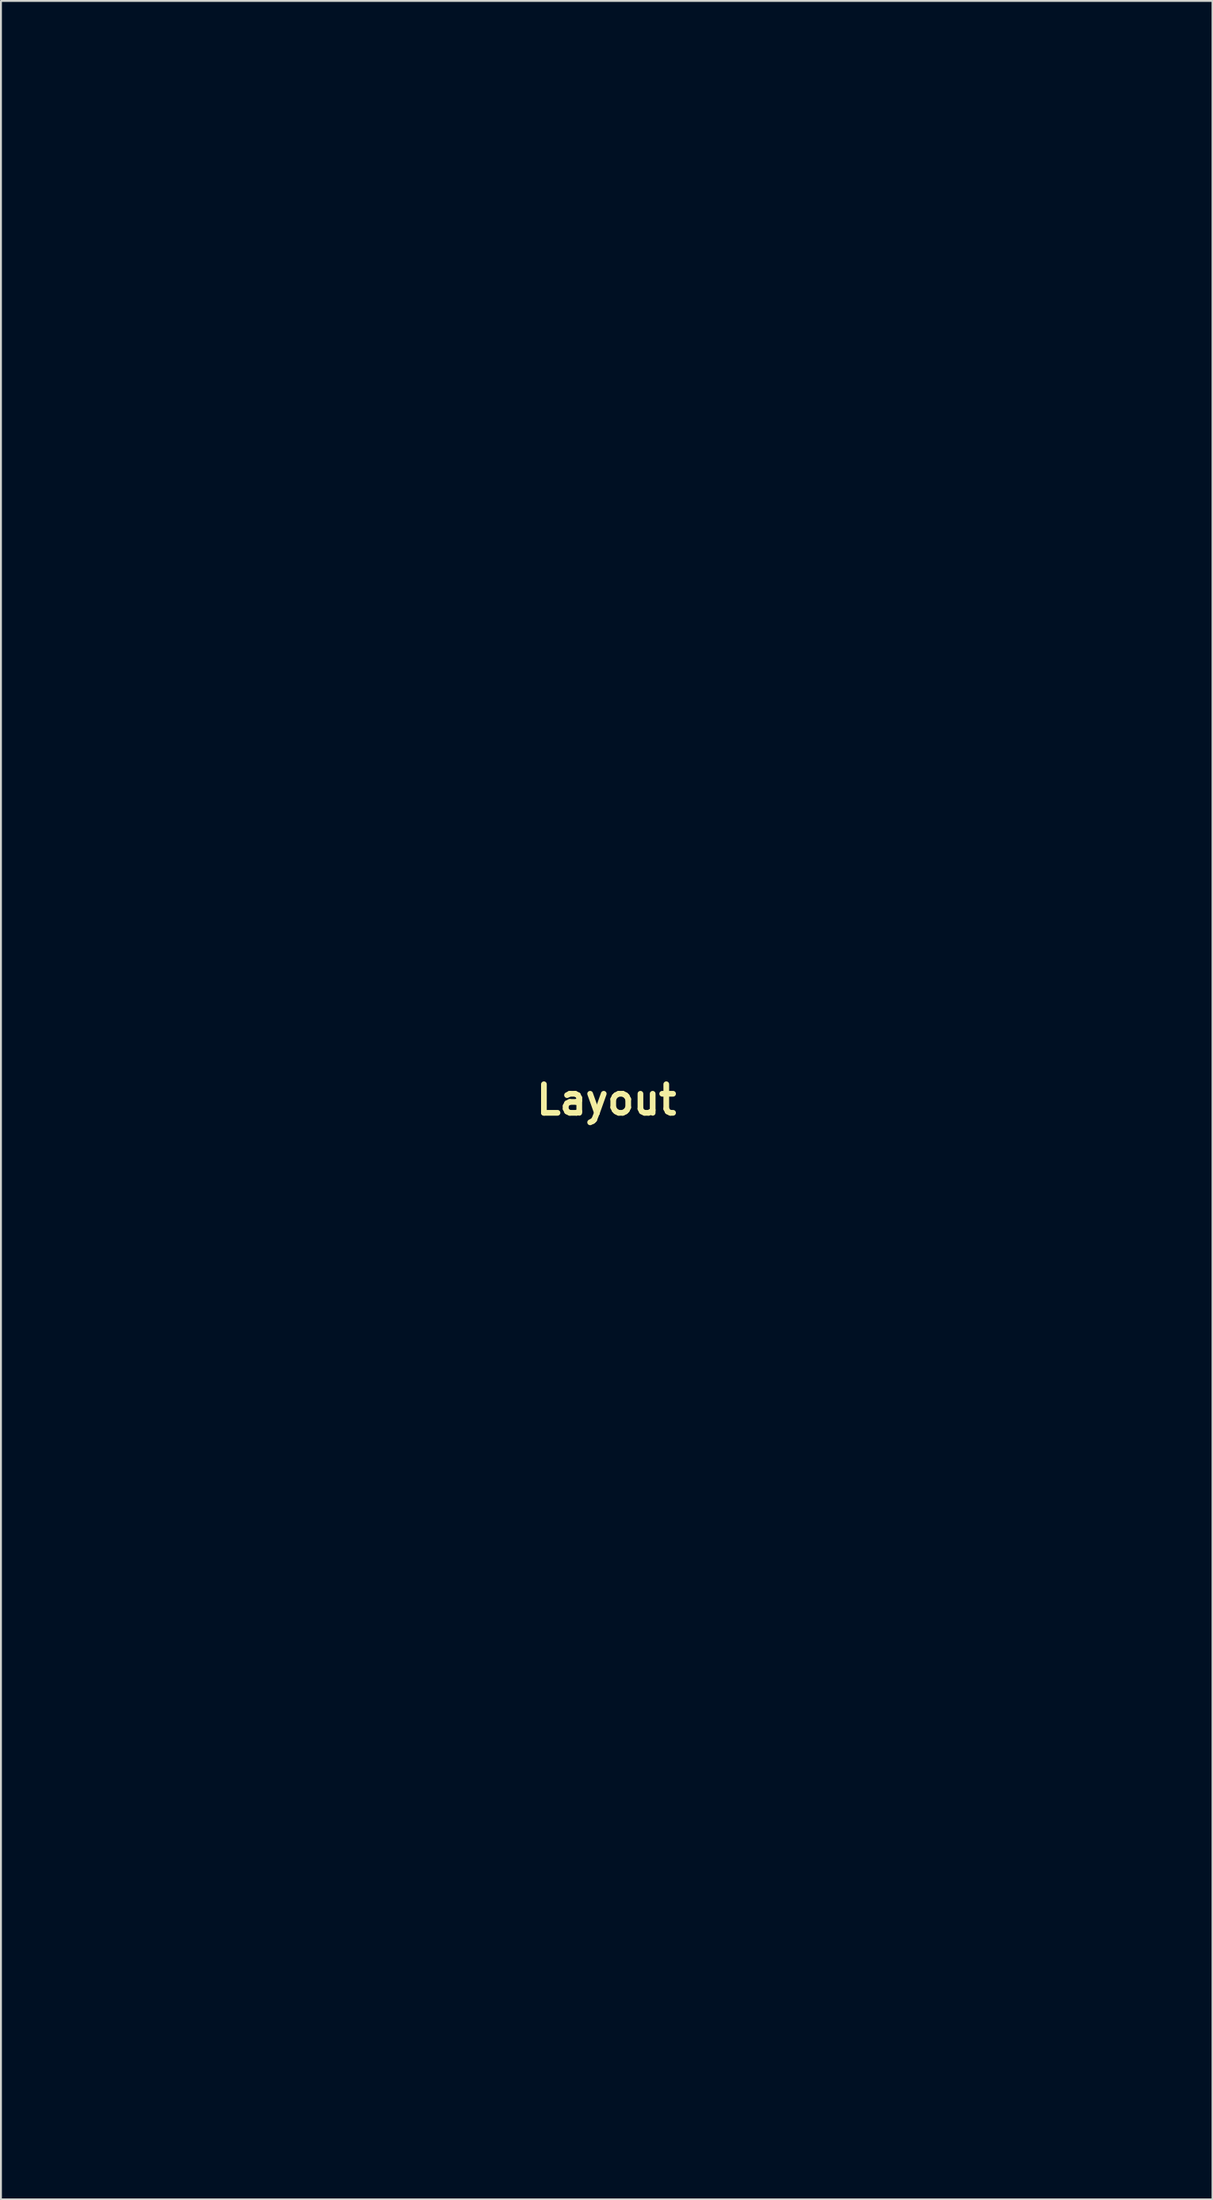
<source format=kicad_pcb>
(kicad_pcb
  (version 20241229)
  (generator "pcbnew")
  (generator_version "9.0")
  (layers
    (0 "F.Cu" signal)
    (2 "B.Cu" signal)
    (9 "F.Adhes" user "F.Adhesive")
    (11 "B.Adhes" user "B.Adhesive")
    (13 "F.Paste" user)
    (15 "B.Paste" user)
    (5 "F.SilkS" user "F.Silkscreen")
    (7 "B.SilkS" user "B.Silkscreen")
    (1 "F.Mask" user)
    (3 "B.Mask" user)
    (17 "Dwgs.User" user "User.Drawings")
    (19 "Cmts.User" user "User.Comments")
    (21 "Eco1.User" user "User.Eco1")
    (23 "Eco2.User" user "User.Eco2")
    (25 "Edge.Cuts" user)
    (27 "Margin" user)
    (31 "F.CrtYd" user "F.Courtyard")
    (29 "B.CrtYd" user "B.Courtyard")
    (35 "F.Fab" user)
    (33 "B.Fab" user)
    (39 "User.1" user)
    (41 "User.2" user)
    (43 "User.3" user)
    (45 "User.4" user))
  (footprint "Layout"
    (layer "F.Cu")
    (at 28.812 54.692)
    (property "Reference" "Layout" (at 0 0 0) (layer "F.SilkS") (effects (font (size 1.5 1.5) (thickness 0.3))))
    (attr board_only exclude_from_pos_files exclude_from_bom)
    (fp_poly (pts (xy -28.709 52.53) (xy -28.7 52.552) (xy -28.692 52.594) (xy -28.686 52.663) (xy -28.682 52.764) (xy -28.678 52.9) (xy -28.675 53.078) (xy -28.673 53.303) (xy -28.671 53.548) (xy -28.663 54.572) (xy -27.653 54.579) (xy -27.384 54.582) (xy -27.167 54.584) (xy -26.995 54.587) (xy -26.864 54.591) (xy -26.77 54.596) (xy -26.705 54.602) (xy -26.666 54.61) (xy -26.647 54.619) (xy -26.643 54.629) (xy -26.649 54.64) (xy -26.67 54.649) (xy -26.712 54.656) (xy -26.779 54.661) (xy -26.877 54.665) (xy -27.01 54.668) (xy -27.184 54.67) (xy -27.404 54.67) (xy -27.675 54.671) (xy -27.703 54.671) (xy -28.762 54.671) (xy -28.762 53.597) (xy -28.762 53.319) (xy -28.761 53.093) (xy -28.759 52.913) (xy -28.757 52.774) (xy -28.753 52.672) (xy -28.748 52.601) (xy -28.741 52.556) (xy -28.733 52.532) (xy -28.722 52.524) (xy -28.72 52.523)) (stroke (width 0.1) (type solid)) (fill no) (layer "Eco1.User"))
    (fp_poly (pts (xy -27.411 -54.642) (xy -27.184 -54.641) (xy -27.004 -54.64) (xy -26.866 -54.637) (xy -26.763 -54.633) (xy -26.692 -54.628) (xy -26.647 -54.621) (xy -26.623 -54.613) (xy -26.615 -54.602) (xy -26.615 -54.6) (xy -26.621 -54.589) (xy -26.643 -54.58) (xy -26.686 -54.573) (xy -26.755 -54.567) (xy -26.855 -54.562) (xy -26.992 -54.558) (xy -27.17 -54.555) (xy -27.395 -54.553) (xy -27.639 -54.551) (xy -28.663 -54.544) (xy -28.671 -53.534) (xy -28.673 -53.265) (xy -28.675 -53.047) (xy -28.679 -52.875) (xy -28.682 -52.745) (xy -28.687 -52.65) (xy -28.693 -52.586) (xy -28.701 -52.546) (xy -28.711 -52.528) (xy -28.72 -52.523) (xy -28.731 -52.529) (xy -28.74 -52.551) (xy -28.747 -52.592) (xy -28.752 -52.659) (xy -28.756 -52.757) (xy -28.759 -52.89) (xy -28.761 -53.065) (xy -28.762 -53.285) (xy -28.762 -53.556) (xy -28.762 -53.583) (xy -28.762 -54.642) (xy -27.689 -54.642)) (stroke (width 0.1) (type solid)) (fill no) (layer "Eco1.User"))
    (fp_poly (pts (xy 28.759 52.558) (xy 28.768 52.579) (xy 28.775 52.621) (xy 28.781 52.688) (xy 28.785 52.785) (xy 28.788 52.919) (xy 28.789 53.093) (xy 28.79 53.313) (xy 28.79 53.584) (xy 28.79 53.611) (xy 28.79 54.671) (xy 27.717 54.671) (xy 27.439 54.671) (xy 27.213 54.67) (xy 27.033 54.668) (xy 26.894 54.665) (xy 26.792 54.662) (xy 26.72 54.656) (xy 26.675 54.65) (xy 26.651 54.641) (xy 26.643 54.631) (xy 26.643 54.629) (xy 26.649 54.618) (xy 26.671 54.608) (xy 26.714 54.601) (xy 26.783 54.595) (xy 26.883 54.59) (xy 27.02 54.587) (xy 27.198 54.584) (xy 27.423 54.581) (xy 27.667 54.579) (xy 28.692 54.572) (xy 28.699 53.562) (xy 28.701 53.293) (xy 28.704 53.075) (xy 28.707 52.904) (xy 28.711 52.773) (xy 28.715 52.678) (xy 28.722 52.614) (xy 28.729 52.575) (xy 28.739 52.556) (xy 28.748 52.552)) (stroke (width 0.1) (type solid)) (fill no) (layer "Eco1.User"))
    (fp_poly (pts (xy 28.79 -53.569) (xy 28.79 -53.291) (xy 28.789 -53.065) (xy 28.788 -52.885) (xy 28.785 -52.746) (xy 28.781 -52.644) (xy 28.776 -52.572) (xy 28.769 -52.527) (xy 28.761 -52.503) (xy 28.75 -52.495) (xy 28.748 -52.495) (xy 28.737 -52.501) (xy 28.728 -52.523) (xy 28.721 -52.566) (xy 28.715 -52.635) (xy 28.71 -52.735) (xy 28.706 -52.872) (xy 28.703 -53.05) (xy 28.701 -53.275) (xy 28.699 -53.519) (xy 28.692 -54.544) (xy 27.681 -54.551) (xy 27.413 -54.553) (xy 27.195 -54.556) (xy 27.023 -54.559) (xy 26.893 -54.563) (xy 26.798 -54.568) (xy 26.733 -54.574) (xy 26.694 -54.581) (xy 26.676 -54.591) (xy 26.671 -54.6) (xy 26.677 -54.611) (xy 26.699 -54.62) (xy 26.74 -54.627) (xy 26.807 -54.633) (xy 26.905 -54.637) (xy 27.038 -54.64) (xy 27.213 -54.641) (xy 27.433 -54.642) (xy 27.703 -54.642) (xy 27.731 -54.642) (xy 28.79 -54.642)) (stroke (width 0.1) (type solid)) (fill no) (layer "Eco1.User"))
    (fp_poly (pts (xy -5.056 -48.757) (xy -5.045 -48.727) (xy -5.036 -48.668) (xy -5.03 -48.574) (xy -5.026 -48.437) (xy -5.023 -48.264) (xy -5.015 -47.763) (xy -4.514 -47.755) (xy -4.33 -47.752) (xy -4.197 -47.747) (xy -4.105 -47.741) (xy -4.049 -47.732) (xy -4.02 -47.721) (xy -4.012 -47.706) (xy -4.02 -47.69) (xy -4.047 -47.679) (xy -4.101 -47.672) (xy -4.19 -47.667) (xy -4.32 -47.665) (xy -4.499 -47.664) (xy -4.521 -47.664) (xy -5.029 -47.664) (xy -5.029 -47.155) (xy -5.03 -46.972) (xy -5.032 -46.837) (xy -5.036 -46.745) (xy -5.044 -46.687) (xy -5.054 -46.657) (xy -5.069 -46.647) (xy -5.072 -46.647) (xy -5.087 -46.654) (xy -5.098 -46.68) (xy -5.106 -46.733) (xy -5.111 -46.819) (xy -5.113 -46.946) (xy -5.114 -47.121) (xy -5.114 -47.155) (xy -5.114 -47.664) (xy -5.622 -47.664) (xy -5.807 -47.664) (xy -5.941 -47.667) (xy -6.034 -47.671) (xy -6.092 -47.678) (xy -6.122 -47.689) (xy -6.131 -47.704) (xy -6.131 -47.706) (xy -6.123 -47.721) (xy -6.094 -47.733) (xy -6.038 -47.741) (xy -5.946 -47.747) (xy -5.812 -47.752) (xy -5.63 -47.755) (xy -5.128 -47.763) (xy -5.12 -48.264) (xy -5.117 -48.448) (xy -5.112 -48.582) (xy -5.106 -48.674) (xy -5.097 -48.73) (xy -5.086 -48.759) (xy -5.072 -48.766)) (stroke (width 0.1) (type solid)) (fill no) (layer "Eco1.User"))
    (fp_poly (pts (xy -25.285 -48.758) (xy -25.274 -48.731) (xy -25.267 -48.676) (xy -25.262 -48.588) (xy -25.259 -48.457) (xy -25.259 -48.279) (xy -25.259 -48.257) (xy -25.259 -47.749) (xy -24.75 -47.749) (xy -24.566 -47.748) (xy -24.432 -47.746) (xy -24.339 -47.741) (xy -24.282 -47.734) (xy -24.252 -47.724) (xy -24.242 -47.709) (xy -24.242 -47.706) (xy -24.249 -47.691) (xy -24.275 -47.68) (xy -24.328 -47.672) (xy -24.414 -47.667) (xy -24.541 -47.665) (xy -24.716 -47.664) (xy -24.75 -47.664) (xy -25.259 -47.664) (xy -25.259 -47.155) (xy -25.259 -46.972) (xy -25.262 -46.837) (xy -25.266 -46.745) (xy -25.273 -46.687) (xy -25.284 -46.657) (xy -25.298 -46.647) (xy -25.301 -46.647) (xy -25.316 -46.654) (xy -25.328 -46.68) (xy -25.335 -46.733) (xy -25.34 -46.819) (xy -25.343 -46.946) (xy -25.343 -47.121) (xy -25.343 -47.155) (xy -25.343 -47.664) (xy -25.852 -47.664) (xy -26.036 -47.664) (xy -26.171 -47.667) (xy -26.264 -47.671) (xy -26.321 -47.678) (xy -26.351 -47.689) (xy -26.361 -47.704) (xy -26.361 -47.706) (xy -26.353 -47.721) (xy -26.324 -47.733) (xy -26.267 -47.741) (xy -26.175 -47.747) (xy -26.041 -47.752) (xy -25.859 -47.755) (xy -25.358 -47.763) (xy -25.35 -48.264) (xy -25.346 -48.447) (xy -25.342 -48.581) (xy -25.336 -48.673) (xy -25.327 -48.729) (xy -25.316 -48.758) (xy -25.3 -48.766)) (stroke (width 0.1) (type solid)) (fill no) (layer "Eco1.User"))
    (fp_poly (pts (xy -15.171 -48.758) (xy -15.159 -48.731) (xy -15.152 -48.676) (xy -15.147 -48.588) (xy -15.145 -48.457) (xy -15.144 -48.279) (xy -15.144 -48.257) (xy -15.144 -47.749) (xy -14.635 -47.749) (xy -14.452 -47.748) (xy -14.317 -47.746) (xy -14.225 -47.741) (xy -14.167 -47.734) (xy -14.137 -47.724) (xy -14.127 -47.709) (xy -14.127 -47.706) (xy -14.134 -47.691) (xy -14.16 -47.68) (xy -14.213 -47.672) (xy -14.299 -47.667) (xy -14.426 -47.665) (xy -14.601 -47.664) (xy -14.635 -47.664) (xy -15.144 -47.664) (xy -15.144 -47.155) (xy -15.145 -46.972) (xy -15.147 -46.837) (xy -15.151 -46.745) (xy -15.158 -46.687) (xy -15.169 -46.657) (xy -15.183 -46.647) (xy -15.186 -46.647) (xy -15.202 -46.654) (xy -15.213 -46.68) (xy -15.221 -46.733) (xy -15.225 -46.819) (xy -15.228 -46.946) (xy -15.229 -47.121) (xy -15.229 -47.155) (xy -15.229 -47.664) (xy -15.737 -47.664) (xy -15.921 -47.664) (xy -16.056 -47.667) (xy -16.149 -47.671) (xy -16.207 -47.678) (xy -16.236 -47.689) (xy -16.246 -47.704) (xy -16.246 -47.706) (xy -16.238 -47.721) (xy -16.209 -47.733) (xy -16.152 -47.741) (xy -16.061 -47.747) (xy -15.927 -47.752) (xy -15.744 -47.755) (xy -15.243 -47.763) (xy -15.235 -48.264) (xy -15.232 -48.447) (xy -15.227 -48.581) (xy -15.221 -48.673) (xy -15.213 -48.729) (xy -15.201 -48.758) (xy -15.186 -48.766)) (stroke (width 0.1) (type solid)) (fill no) (layer "Eco1.User"))
    (fp_poly (pts (xy 0.114 -14.43) (xy 0.126 -14.404) (xy 0.133 -14.351) (xy 0.138 -14.263) (xy 0.141 -14.135) (xy 0.141 -13.957) (xy 0.141 -13.943) (xy 0.141 -13.449) (xy 0.65 -13.449) (xy 0.834 -13.448) (xy 0.969 -13.446) (xy 1.061 -13.441) (xy 1.119 -13.434) (xy 1.149 -13.423) (xy 1.158 -13.409) (xy 1.158 -13.407) (xy 1.15 -13.392) (xy 1.122 -13.38) (xy 1.065 -13.372) (xy 0.973 -13.365) (xy 0.839 -13.361) (xy 0.657 -13.358) (xy 0.155 -13.35) (xy 0.148 -12.834) (xy 0.144 -12.648) (xy 0.14 -12.511) (xy 0.134 -12.417) (xy 0.125 -12.358) (xy 0.114 -12.327) (xy 0.099 -12.319) (xy 0.099 -12.319) (xy 0.084 -12.327) (xy 0.073 -12.357) (xy 0.064 -12.415) (xy 0.058 -12.508) (xy 0.054 -12.643) (xy 0.05 -12.828) (xy 0.05 -12.834) (xy 0.042 -13.35) (xy -0.459 -13.358) (xy -0.642 -13.361) (xy -0.776 -13.365) (xy -0.868 -13.372) (xy -0.924 -13.38) (xy -0.953 -13.392) (xy -0.961 -13.407) (xy -0.953 -13.422) (xy -0.926 -13.433) (xy -0.871 -13.441) (xy -0.782 -13.446) (xy -0.652 -13.448) (xy -0.474 -13.449) (xy -0.452 -13.449) (xy 0.057 -13.449) (xy 0.057 -13.943) (xy 0.057 -14.124) (xy 0.059 -14.256) (xy 0.064 -14.346) (xy 0.071 -14.401) (xy 0.082 -14.429) (xy 0.098 -14.438) (xy 0.099 -14.438)) (stroke (width 0.1) (type solid)) (fill no) (layer "Eco1.User"))
    (fp_poly (pts (xy 5.058 -48.758) (xy 5.07 -48.729) (xy 5.078 -48.672) (xy 5.084 -48.581) (xy 5.089 -48.447) (xy 5.092 -48.264) (xy 5.1 -47.763) (xy 5.601 -47.755) (xy 5.784 -47.752) (xy 5.918 -47.747) (xy 6.01 -47.741) (xy 6.066 -47.732) (xy 6.095 -47.721) (xy 6.103 -47.706) (xy 6.095 -47.69) (xy 6.068 -47.679) (xy 6.013 -47.672) (xy 5.925 -47.667) (xy 5.795 -47.665) (xy 5.616 -47.664) (xy 5.594 -47.664) (xy 5.086 -47.664) (xy 5.086 -47.155) (xy 5.085 -46.972) (xy 5.083 -46.837) (xy 5.078 -46.745) (xy 5.071 -46.687) (xy 5.061 -46.657) (xy 5.046 -46.647) (xy 5.043 -46.647) (xy 5.028 -46.654) (xy 5.017 -46.68) (xy 5.009 -46.733) (xy 5.004 -46.819) (xy 5.002 -46.946) (xy 5.001 -47.121) (xy 5.001 -47.155) (xy 5.001 -47.664) (xy 4.492 -47.664) (xy 4.309 -47.664) (xy 4.174 -47.667) (xy 4.082 -47.671) (xy 4.024 -47.678) (xy 3.994 -47.689) (xy 3.984 -47.703) (xy 3.984 -47.706) (xy 3.991 -47.722) (xy 4.017 -47.733) (xy 4.07 -47.74) (xy 4.156 -47.745) (xy 4.283 -47.748) (xy 4.458 -47.749) (xy 4.492 -47.749) (xy 5.001 -47.749) (xy 5.001 -48.257) (xy 5.002 -48.441) (xy 5.004 -48.576) (xy 5.008 -48.669) (xy 5.016 -48.726) (xy 5.026 -48.756) (xy 5.041 -48.766) (xy 5.043 -48.766)) (stroke (width 0.1) (type solid)) (fill no) (layer "Eco1.User"))
    (fp_poly (pts (xy 12.998 27.894) (xy 13.009 27.92) (xy 13.017 27.973) (xy 13.022 28.061) (xy 13.024 28.189) (xy 13.025 28.366) (xy 13.025 28.381) (xy 13.025 28.875) (xy 13.533 28.875) (xy 13.718 28.876) (xy 13.852 28.878) (xy 13.945 28.883) (xy 14.003 28.89) (xy 14.033 28.9) (xy 14.042 28.915) (xy 14.042 28.917) (xy 14.034 28.932) (xy 14.005 28.944) (xy 13.949 28.952) (xy 13.857 28.958) (xy 13.723 28.963) (xy 13.541 28.966) (xy 13.039 28.974) (xy 13.031 29.49) (xy 13.028 29.676) (xy 13.023 29.813) (xy 13.017 29.907) (xy 13.009 29.966) (xy 12.998 29.997) (xy 12.983 30.005) (xy 12.983 30.005) (xy 12.968 29.997) (xy 12.956 29.967) (xy 12.948 29.909) (xy 12.942 29.816) (xy 12.937 29.68) (xy 12.934 29.495) (xy 12.934 29.49) (xy 12.926 28.974) (xy 12.425 28.966) (xy 12.241 28.963) (xy 12.108 28.958) (xy 12.016 28.952) (xy 11.96 28.944) (xy 11.931 28.932) (xy 11.923 28.917) (xy 11.931 28.902) (xy 11.958 28.891) (xy 12.012 28.883) (xy 12.101 28.878) (xy 12.231 28.876) (xy 12.41 28.875) (xy 12.432 28.875) (xy 12.94 28.875) (xy 12.94 28.381) (xy 12.941 28.2) (xy 12.943 28.068) (xy 12.948 27.978) (xy 12.955 27.923) (xy 12.966 27.895) (xy 12.981 27.886) (xy 12.983 27.886)) (stroke (width 0.1) (type solid)) (fill no) (layer "Eco1.User"))
    (fp_poly (pts (xy 5.059 47.106) (xy 5.07 47.132) (xy 5.078 47.185) (xy 5.082 47.271) (xy 5.085 47.398) (xy 5.086 47.573) (xy 5.086 47.607) (xy 5.086 48.116) (xy 5.594 48.116) (xy 5.778 48.117) (xy 5.913 48.119) (xy 6.006 48.123) (xy 6.064 48.131) (xy 6.093 48.141) (xy 6.103 48.156) (xy 6.103 48.158) (xy 6.095 48.173) (xy 6.066 48.185) (xy 6.009 48.193) (xy 5.918 48.199) (xy 5.784 48.204) (xy 5.601 48.207) (xy 5.1 48.215) (xy 5.092 48.73) (xy 5.089 48.916) (xy 5.084 49.053) (xy 5.078 49.147) (xy 5.07 49.206) (xy 5.059 49.237) (xy 5.044 49.246) (xy 5.043 49.246) (xy 5.028 49.239) (xy 5.017 49.211) (xy 5.009 49.158) (xy 5.004 49.07) (xy 5.002 48.941) (xy 5.001 48.765) (xy 5.001 48.723) (xy 5.001 48.201) (xy 4.492 48.201) (xy 4.309 48.2) (xy 4.174 48.198) (xy 4.082 48.193) (xy 4.024 48.186) (xy 3.994 48.176) (xy 3.984 48.161) (xy 3.984 48.158) (xy 3.991 48.143) (xy 4.017 48.132) (xy 4.07 48.124) (xy 4.156 48.119) (xy 4.283 48.117) (xy 4.458 48.116) (xy 4.492 48.116) (xy 5.001 48.116) (xy 5.001 47.607) (xy 5.001 47.424) (xy 5.004 47.289) (xy 5.008 47.197) (xy 5.015 47.139) (xy 5.026 47.109) (xy 5.04 47.099) (xy 5.043 47.099)) (stroke (width 0.1) (type solid)) (fill no) (layer "Eco1.User"))
    (fp_poly (pts (xy -5.056 47.106) (xy -5.045 47.132) (xy -5.037 47.185) (xy -5.032 47.271) (xy -5.03 47.398) (xy -5.029 47.573) (xy -5.029 47.607) (xy -5.029 48.116) (xy -4.521 48.116) (xy -4.337 48.117) (xy -4.202 48.119) (xy -4.11 48.123) (xy -4.052 48.13) (xy -4.022 48.141) (xy -4.012 48.155) (xy -4.012 48.158) (xy -4.019 48.174) (xy -4.045 48.185) (xy -4.098 48.193) (xy -4.184 48.197) (xy -4.311 48.2) (xy -4.487 48.201) (xy -4.521 48.201) (xy -5.029 48.201) (xy -5.029 48.723) (xy -5.03 48.91) (xy -5.032 49.047) (xy -5.036 49.142) (xy -5.043 49.202) (xy -5.053 49.234) (xy -5.067 49.246) (xy -5.072 49.246) (xy -5.087 49.239) (xy -5.098 49.213) (xy -5.105 49.161) (xy -5.11 49.076) (xy -5.113 48.95) (xy -5.114 48.777) (xy -5.114 48.723) (xy -5.114 48.201) (xy -5.622 48.201) (xy -5.806 48.2) (xy -5.941 48.198) (xy -6.033 48.193) (xy -6.091 48.186) (xy -6.121 48.176) (xy -6.131 48.161) (xy -6.131 48.158) (xy -6.124 48.143) (xy -6.098 48.132) (xy -6.045 48.124) (xy -5.959 48.119) (xy -5.832 48.117) (xy -5.656 48.116) (xy -5.622 48.116) (xy -5.114 48.116) (xy -5.114 47.607) (xy -5.113 47.424) (xy -5.111 47.289) (xy -5.107 47.197) (xy -5.1 47.139) (xy -5.089 47.109) (xy -5.074 47.099) (xy -5.072 47.099)) (stroke (width 0.1) (type solid)) (fill no) (layer "Eco1.User"))
    (fp_poly (pts (xy 0.114 5.686) (xy 0.125 5.712) (xy 0.133 5.765) (xy 0.138 5.851) (xy 0.14 5.978) (xy 0.141 6.154) (xy 0.141 6.188) (xy 0.141 6.696) (xy 0.65 6.696) (xy 0.834 6.697) (xy 0.968 6.699) (xy 1.061 6.703) (xy 1.118 6.71) (xy 1.148 6.721) (xy 1.158 6.736) (xy 1.158 6.738) (xy 1.151 6.754) (xy 1.125 6.765) (xy 1.072 6.773) (xy 0.986 6.778) (xy 0.859 6.78) (xy 0.684 6.781) (xy 0.65 6.781) (xy 0.141 6.781) (xy 0.141 7.304) (xy 0.141 7.49) (xy 0.139 7.627) (xy 0.134 7.722) (xy 0.127 7.782) (xy 0.117 7.815) (xy 0.103 7.826) (xy 0.099 7.826) (xy 0.084 7.819) (xy 0.073 7.793) (xy 0.065 7.741) (xy 0.06 7.656) (xy 0.057 7.53) (xy 0.057 7.357) (xy 0.057 7.304) (xy 0.057 6.781) (xy -0.452 6.781) (xy -0.636 6.78) (xy -0.77 6.778) (xy -0.863 6.774) (xy -0.921 6.767) (xy -0.951 6.756) (xy -0.96 6.741) (xy -0.961 6.738) (xy -0.953 6.723) (xy -0.927 6.712) (xy -0.875 6.704) (xy -0.788 6.699) (xy -0.661 6.697) (xy -0.486 6.696) (xy -0.452 6.696) (xy 0.057 6.696) (xy 0.057 6.188) (xy 0.057 6.004) (xy 0.059 5.869) (xy 0.064 5.777) (xy 0.071 5.719) (xy 0.081 5.689) (xy 0.096 5.679) (xy 0.099 5.679)) (stroke (width 0.1) (type solid)) (fill no) (layer "Eco1.User"))
    (fp_poly (pts (xy -20.04 -17.515) (xy -20.025 -17.502) (xy -20.015 -17.473) (xy -20.009 -17.417) (xy -20.005 -17.329) (xy -20.004 -17.2) (xy -20.004 -17.023) (xy -20.004 -17.009) (xy -20.004 -16.5) (xy -19.509 -16.5) (xy -19.328 -16.499) (xy -19.197 -16.497) (xy -19.107 -16.493) (xy -19.051 -16.485) (xy -19.023 -16.474) (xy -19.015 -16.459) (xy -19.015 -16.458) (xy -19.022 -16.442) (xy -19.048 -16.431) (xy -19.102 -16.423) (xy -19.189 -16.418) (xy -19.318 -16.416) (xy -19.495 -16.415) (xy -19.509 -16.415) (xy -20.004 -16.415) (xy -20.004 -15.893) (xy -20.004 -15.702) (xy -20.007 -15.562) (xy -20.012 -15.465) (xy -20.02 -15.405) (xy -20.031 -15.376) (xy -20.041 -15.37) (xy -20.089 -15.383) (xy -20.098 -15.389) (xy -20.104 -15.422) (xy -20.109 -15.502) (xy -20.113 -15.62) (xy -20.116 -15.766) (xy -20.117 -15.911) (xy -20.117 -16.415) (xy -20.611 -16.415) (xy -20.792 -16.416) (xy -20.924 -16.418) (xy -21.014 -16.423) (xy -21.069 -16.43) (xy -21.097 -16.441) (xy -21.105 -16.457) (xy -21.105 -16.458) (xy -21.098 -16.473) (xy -21.072 -16.485) (xy -21.018 -16.492) (xy -20.931 -16.497) (xy -20.803 -16.499) (xy -20.625 -16.5) (xy -20.611 -16.5) (xy -20.117 -16.5) (xy -20.117 -17.009) (xy -20.116 -17.189) (xy -20.115 -17.321) (xy -20.112 -17.412) (xy -20.105 -17.47) (xy -20.096 -17.501) (xy -20.081 -17.514) (xy -20.062 -17.517) (xy -20.06 -17.517)) (stroke (width 0.1) (type solid)) (fill no) (layer "Eco1.User"))
    (fp_poly (pts (xy -17.554 16.135) (xy -17.539 16.148) (xy -17.529 16.178) (xy -17.523 16.233) (xy -17.519 16.321) (xy -17.518 16.45) (xy -17.517 16.627) (xy -17.517 16.641) (xy -17.517 17.15) (xy -17.023 17.15) (xy -16.842 17.151) (xy -16.71 17.153) (xy -16.62 17.157) (xy -16.565 17.165) (xy -16.537 17.176) (xy -16.528 17.191) (xy -16.528 17.192) (xy -16.536 17.208) (xy -16.562 17.219) (xy -16.615 17.227) (xy -16.703 17.232) (xy -16.831 17.234) (xy -17.008 17.235) (xy -17.023 17.235) (xy -17.517 17.235) (xy -17.517 17.757) (xy -17.518 17.948) (xy -17.521 18.088) (xy -17.526 18.185) (xy -17.533 18.245) (xy -17.544 18.274) (xy -17.555 18.28) (xy -17.603 18.268) (xy -17.611 18.261) (xy -17.617 18.228) (xy -17.623 18.148) (xy -17.627 18.03) (xy -17.629 17.884) (xy -17.63 17.739) (xy -17.63 17.235) (xy -18.125 17.235) (xy -18.306 17.234) (xy -18.437 17.232) (xy -18.527 17.227) (xy -18.583 17.22) (xy -18.611 17.209) (xy -18.619 17.194) (xy -18.619 17.192) (xy -18.612 17.177) (xy -18.585 17.166) (xy -18.532 17.158) (xy -18.445 17.153) (xy -18.316 17.151) (xy -18.139 17.15) (xy -18.125 17.15) (xy -17.63 17.15) (xy -17.63 16.641) (xy -17.63 16.461) (xy -17.629 16.329) (xy -17.625 16.238) (xy -17.619 16.181) (xy -17.609 16.149) (xy -17.595 16.136) (xy -17.575 16.133) (xy -17.574 16.133)) (stroke (width 0.1) (type solid)) (fill no) (layer "Eco1.User"))
    (fp_poly (pts (xy -20.045 34.152) (xy -20.033 34.18) (xy -20.024 34.234) (xy -20.018 34.324) (xy -20.014 34.454) (xy -20.01 34.634) (xy -20.01 34.646) (xy -20.002 35.147) (xy -19.508 35.147) (xy -19.328 35.148) (xy -19.196 35.15) (xy -19.106 35.155) (xy -19.051 35.162) (xy -19.023 35.174) (xy -19.015 35.189) (xy -19.015 35.19) (xy -19.022 35.205) (xy -19.048 35.217) (xy -19.102 35.224) (xy -19.189 35.229) (xy -19.318 35.232) (xy -19.495 35.232) (xy -19.509 35.232) (xy -20.004 35.232) (xy -20.004 35.755) (xy -20.004 35.939) (xy -20.005 36.073) (xy -20.008 36.167) (xy -20.014 36.226) (xy -20.024 36.259) (xy -20.037 36.274) (xy -20.056 36.278) (xy -20.06 36.278) (xy -20.08 36.275) (xy -20.094 36.263) (xy -20.105 36.234) (xy -20.111 36.179) (xy -20.115 36.093) (xy -20.116 35.966) (xy -20.117 35.791) (xy -20.117 35.755) (xy -20.117 35.232) (xy -20.611 35.232) (xy -20.792 35.232) (xy -20.924 35.229) (xy -21.014 35.225) (xy -21.069 35.217) (xy -21.097 35.206) (xy -21.105 35.191) (xy -21.105 35.19) (xy -21.098 35.174) (xy -21.072 35.163) (xy -21.018 35.155) (xy -20.931 35.151) (xy -20.802 35.148) (xy -20.625 35.148) (xy -20.612 35.147) (xy -20.118 35.147) (xy -20.11 34.646) (xy -20.107 34.463) (xy -20.102 34.33) (xy -20.096 34.238) (xy -20.088 34.182) (xy -20.076 34.153) (xy -20.061 34.145) (xy -20.06 34.144)) (stroke (width 0.1) (type solid)) (fill no) (layer "Eco1.User"))
    (fp_poly (pts (xy -20.04 -35.654) (xy -20.025 -35.641) (xy -20.015 -35.611) (xy -20.009 -35.554) (xy -20.005 -35.465) (xy -20.004 -35.334) (xy -20.004 -35.162) (xy -20.004 -34.667) (xy -19.509 -34.667) (xy -19.328 -34.667) (xy -19.197 -34.664) (xy -19.107 -34.66) (xy -19.051 -34.652) (xy -19.023 -34.641) (xy -19.015 -34.626) (xy -19.015 -34.625) (xy -19.022 -34.609) (xy -19.048 -34.598) (xy -19.102 -34.59) (xy -19.189 -34.586) (xy -19.318 -34.583) (xy -19.495 -34.582) (xy -19.509 -34.582) (xy -20.004 -34.582) (xy -20.004 -34.06) (xy -20.004 -33.876) (xy -20.005 -33.741) (xy -20.008 -33.648) (xy -20.014 -33.589) (xy -20.024 -33.555) (xy -20.037 -33.541) (xy -20.056 -33.537) (xy -20.06 -33.537) (xy -20.08 -33.539) (xy -20.094 -33.552) (xy -20.105 -33.581) (xy -20.111 -33.635) (xy -20.115 -33.722) (xy -20.116 -33.849) (xy -20.117 -34.023) (xy -20.117 -34.06) (xy -20.117 -34.582) (xy -20.611 -34.582) (xy -20.792 -34.583) (xy -20.924 -34.585) (xy -21.014 -34.59) (xy -21.069 -34.597) (xy -21.097 -34.608) (xy -21.105 -34.624) (xy -21.105 -34.625) (xy -21.098 -34.64) (xy -21.072 -34.652) (xy -21.018 -34.659) (xy -20.931 -34.664) (xy -20.803 -34.666) (xy -20.625 -34.667) (xy -20.611 -34.667) (xy -20.117 -34.667) (xy -20.117 -35.162) (xy -20.116 -35.34) (xy -20.115 -35.469) (xy -20.111 -35.557) (xy -20.105 -35.612) (xy -20.095 -35.642) (xy -20.08 -35.654) (xy -20.06 -35.656)) (stroke (width 0.1) (type solid)) (fill no) (layer "Eco1.User"))
    (fp_poly (pts (xy -20.04 -29.607) (xy -20.025 -29.595) (xy -20.015 -29.564) (xy -20.009 -29.508) (xy -20.005 -29.419) (xy -20.004 -29.288) (xy -20.004 -29.115) (xy -20.004 -28.621) (xy -19.509 -28.621) (xy -19.331 -28.621) (xy -19.202 -28.619) (xy -19.114 -28.616) (xy -19.059 -28.609) (xy -19.029 -28.599) (xy -19.017 -28.584) (xy -19.015 -28.564) (xy -19.017 -28.544) (xy -19.03 -28.529) (xy -19.06 -28.519) (xy -19.116 -28.513) (xy -19.206 -28.51) (xy -19.337 -28.508) (xy -19.509 -28.508) (xy -20.004 -28.508) (xy -20.004 -27.999) (xy -20.004 -27.819) (xy -20.005 -27.687) (xy -20.009 -27.596) (xy -20.015 -27.538) (xy -20.024 -27.507) (xy -20.039 -27.494) (xy -20.058 -27.491) (xy -20.06 -27.491) (xy -20.08 -27.493) (xy -20.095 -27.506) (xy -20.105 -27.535) (xy -20.111 -27.591) (xy -20.115 -27.679) (xy -20.116 -27.808) (xy -20.117 -27.985) (xy -20.117 -27.999) (xy -20.117 -28.508) (xy -20.611 -28.508) (xy -20.789 -28.508) (xy -20.918 -28.51) (xy -21.006 -28.513) (xy -21.061 -28.52) (xy -21.091 -28.53) (xy -21.103 -28.545) (xy -21.105 -28.564) (xy -21.103 -28.585) (xy -21.09 -28.6) (xy -21.06 -28.61) (xy -21.004 -28.616) (xy -20.914 -28.619) (xy -20.783 -28.621) (xy -20.611 -28.621) (xy -20.117 -28.621) (xy -20.117 -29.115) (xy -20.116 -29.293) (xy -20.115 -29.422) (xy -20.111 -29.511) (xy -20.105 -29.566) (xy -20.095 -29.595) (xy -20.08 -29.608) (xy -20.06 -29.61)) (stroke (width 0.1) (type solid)) (fill no) (layer "Eco1.User"))
    (fp_poly (pts (xy -20.04 42.863) (xy -20.025 42.876) (xy -20.015 42.906) (xy -20.009 42.962) (xy -20.005 43.052) (xy -20.004 43.183) (xy -20.004 43.355) (xy -20.004 43.85) (xy -19.509 43.85) (xy -19.331 43.85) (xy -19.202 43.851) (xy -19.114 43.855) (xy -19.059 43.861) (xy -19.029 43.871) (xy -19.017 43.886) (xy -19.015 43.906) (xy -19.017 43.926) (xy -19.03 43.941) (xy -19.06 43.951) (xy -19.116 43.958) (xy -19.206 43.961) (xy -19.337 43.962) (xy -19.509 43.963) (xy -20.004 43.963) (xy -20.004 44.471) (xy -20.004 44.652) (xy -20.005 44.784) (xy -20.009 44.875) (xy -20.015 44.932) (xy -20.024 44.964) (xy -20.039 44.977) (xy -20.058 44.98) (xy -20.06 44.98) (xy -20.08 44.977) (xy -20.095 44.965) (xy -20.105 44.935) (xy -20.111 44.88) (xy -20.115 44.792) (xy -20.116 44.663) (xy -20.117 44.486) (xy -20.117 44.471) (xy -20.117 43.963) (xy -20.611 43.963) (xy -20.789 43.962) (xy -20.918 43.961) (xy -21.006 43.957) (xy -21.061 43.951) (xy -21.091 43.941) (xy -21.103 43.926) (xy -21.105 43.906) (xy -21.103 43.886) (xy -21.09 43.871) (xy -21.06 43.861) (xy -21.004 43.855) (xy -20.914 43.851) (xy -20.783 43.85) (xy -20.611 43.85) (xy -20.117 43.85) (xy -20.117 43.355) (xy -20.116 43.177) (xy -20.115 43.048) (xy -20.111 42.96) (xy -20.105 42.905) (xy -20.095 42.875) (xy -20.08 42.863) (xy -20.06 42.861)) (stroke (width 0.1) (type solid)) (fill no) (layer "Eco1.User"))
    (fp_poly (pts (xy 5.059 -33.954) (xy 5.07 -33.927) (xy 5.078 -33.874) (xy 5.083 -33.787) (xy 5.085 -33.658) (xy 5.086 -33.481) (xy 5.086 -33.466) (xy 5.086 -32.972) (xy 5.594 -32.972) (xy 5.775 -32.972) (xy 5.907 -32.97) (xy 5.998 -32.967) (xy 6.055 -32.961) (xy 6.087 -32.951) (xy 6.1 -32.937) (xy 6.103 -32.917) (xy 6.103 -32.915) (xy 6.1 -32.895) (xy 6.088 -32.881) (xy 6.058 -32.871) (xy 6.003 -32.864) (xy 5.915 -32.861) (xy 5.786 -32.859) (xy 5.609 -32.859) (xy 5.594 -32.859) (xy 5.086 -32.859) (xy 5.086 -32.35) (xy 5.085 -32.167) (xy 5.083 -32.032) (xy 5.078 -31.94) (xy 5.071 -31.882) (xy 5.061 -31.852) (xy 5.046 -31.842) (xy 5.043 -31.842) (xy 5.028 -31.849) (xy 5.017 -31.875) (xy 5.009 -31.928) (xy 5.004 -32.014) (xy 5.002 -32.141) (xy 5.001 -32.317) (xy 5.001 -32.35) (xy 5.001 -32.858) (xy 4.499 -32.865) (xy 4.317 -32.869) (xy 4.183 -32.873) (xy 4.092 -32.879) (xy 4.035 -32.888) (xy 4.006 -32.899) (xy 3.998 -32.914) (xy 3.998 -32.915) (xy 4.005 -32.931) (xy 4.033 -32.943) (xy 4.088 -32.951) (xy 4.177 -32.957) (xy 4.308 -32.962) (xy 4.487 -32.965) (xy 4.499 -32.966) (xy 5.001 -32.973) (xy 5.001 -33.467) (xy 5.002 -33.648) (xy 5.004 -33.779) (xy 5.008 -33.869) (xy 5.016 -33.924) (xy 5.027 -33.953) (xy 5.042 -33.961) (xy 5.043 -33.961)) (stroke (width 0.1) (type solid)) (fill no) (layer "Eco1.User"))
    (fp_poly (pts (xy 15.165 47.104) (xy 15.183 47.112) (xy 15.196 47.134) (xy 15.206 47.178) (xy 15.212 47.25) (xy 15.217 47.36) (xy 15.221 47.514) (xy 15.222 47.615) (xy 15.23 48.116) (xy 15.724 48.116) (xy 15.905 48.117) (xy 16.036 48.119) (xy 16.126 48.123) (xy 16.181 48.131) (xy 16.209 48.142) (xy 16.218 48.157) (xy 16.218 48.158) (xy 16.21 48.174) (xy 16.184 48.185) (xy 16.131 48.193) (xy 16.043 48.198) (xy 15.915 48.2) (xy 15.737 48.201) (xy 15.723 48.201) (xy 15.229 48.201) (xy 15.229 48.723) (xy 15.228 48.907) (xy 15.227 49.042) (xy 15.224 49.135) (xy 15.218 49.195) (xy 15.209 49.228) (xy 15.195 49.242) (xy 15.176 49.246) (xy 15.172 49.246) (xy 15.152 49.244) (xy 15.138 49.232) (xy 15.128 49.202) (xy 15.121 49.148) (xy 15.118 49.061) (xy 15.116 48.934) (xy 15.116 48.76) (xy 15.116 48.723) (xy 15.116 48.201) (xy 14.621 48.201) (xy 14.44 48.2) (xy 14.309 48.198) (xy 14.219 48.193) (xy 14.163 48.186) (xy 14.135 48.175) (xy 14.127 48.16) (xy 14.127 48.158) (xy 14.134 48.143) (xy 14.161 48.131) (xy 14.214 48.124) (xy 14.301 48.119) (xy 14.43 48.117) (xy 14.607 48.116) (xy 14.621 48.116) (xy 15.116 48.116) (xy 15.116 47.605) (xy 15.116 47.424) (xy 15.118 47.291) (xy 15.121 47.2) (xy 15.127 47.144) (xy 15.137 47.114) (xy 15.151 47.104)) (stroke (width 0.1) (type solid)) (fill no) (layer "Eco1.User"))
    (fp_poly (pts (xy 15.193 -33.958) (xy 15.207 -33.946) (xy 15.217 -33.915) (xy 15.224 -33.859) (xy 15.227 -33.77) (xy 15.228 -33.639) (xy 15.229 -33.466) (xy 15.229 -32.972) (xy 15.723 -32.972) (xy 15.901 -32.972) (xy 16.03 -32.97) (xy 16.118 -32.967) (xy 16.174 -32.96) (xy 16.203 -32.95) (xy 16.215 -32.935) (xy 16.218 -32.915) (xy 16.215 -32.895) (xy 16.203 -32.88) (xy 16.172 -32.87) (xy 16.116 -32.864) (xy 16.026 -32.861) (xy 15.896 -32.859) (xy 15.723 -32.859) (xy 15.229 -32.859) (xy 15.229 -32.35) (xy 15.228 -32.17) (xy 15.227 -32.038) (xy 15.224 -31.947) (xy 15.218 -31.89) (xy 15.208 -31.858) (xy 15.193 -31.845) (xy 15.174 -31.842) (xy 15.172 -31.842) (xy 15.152 -31.844) (xy 15.137 -31.857) (xy 15.127 -31.887) (xy 15.121 -31.942) (xy 15.117 -32.03) (xy 15.116 -32.159) (xy 15.116 -32.336) (xy 15.116 -32.35) (xy 15.116 -32.859) (xy 14.621 -32.859) (xy 14.443 -32.859) (xy 14.314 -32.861) (xy 14.226 -32.864) (xy 14.171 -32.871) (xy 14.141 -32.881) (xy 14.129 -32.896) (xy 14.127 -32.915) (xy 14.129 -32.936) (xy 14.142 -32.951) (xy 14.172 -32.961) (xy 14.228 -32.967) (xy 14.318 -32.97) (xy 14.449 -32.972) (xy 14.621 -32.972) (xy 15.116 -32.972) (xy 15.116 -33.466) (xy 15.116 -33.644) (xy 15.117 -33.774) (xy 15.121 -33.862) (xy 15.127 -33.917) (xy 15.138 -33.947) (xy 15.152 -33.959) (xy 15.172 -33.961)) (stroke (width 0.1) (type solid)) (fill no) (layer "Eco1.User"))
    (fp_poly (pts (xy 25.307 -33.958) (xy 25.322 -33.946) (xy 25.332 -33.915) (xy 25.338 -33.859) (xy 25.342 -33.77) (xy 25.343 -33.639) (xy 25.343 -33.466) (xy 25.343 -32.972) (xy 25.838 -32.972) (xy 26.016 -32.972) (xy 26.145 -32.97) (xy 26.233 -32.967) (xy 26.288 -32.96) (xy 26.318 -32.95) (xy 26.33 -32.935) (xy 26.332 -32.915) (xy 26.33 -32.895) (xy 26.317 -32.88) (xy 26.287 -32.87) (xy 26.231 -32.864) (xy 26.141 -32.861) (xy 26.01 -32.859) (xy 25.838 -32.859) (xy 25.343 -32.859) (xy 25.343 -32.35) (xy 25.343 -32.17) (xy 25.342 -32.038) (xy 25.339 -31.947) (xy 25.332 -31.89) (xy 25.323 -31.858) (xy 25.308 -31.845) (xy 25.289 -31.842) (xy 25.287 -31.842) (xy 25.267 -31.844) (xy 25.252 -31.857) (xy 25.242 -31.887) (xy 25.236 -31.942) (xy 25.232 -32.03) (xy 25.231 -32.159) (xy 25.23 -32.336) (xy 25.23 -32.35) (xy 25.23 -32.859) (xy 24.736 -32.859) (xy 24.558 -32.859) (xy 24.429 -32.861) (xy 24.341 -32.864) (xy 24.286 -32.871) (xy 24.256 -32.881) (xy 24.244 -32.896) (xy 24.242 -32.915) (xy 24.244 -32.936) (xy 24.257 -32.951) (xy 24.287 -32.961) (xy 24.343 -32.967) (xy 24.433 -32.97) (xy 24.564 -32.972) (xy 24.736 -32.972) (xy 25.23 -32.972) (xy 25.23 -33.466) (xy 25.231 -33.644) (xy 25.232 -33.774) (xy 25.236 -33.862) (xy 25.242 -33.917) (xy 25.252 -33.947) (xy 25.267 -33.959) (xy 25.287 -33.961)) (stroke (width 0.1) (type solid)) (fill no) (layer "Eco1.User"))
    (fp_poly (pts (xy 25.312 47.105) (xy 25.324 47.119) (xy 25.333 47.154) (xy 25.339 47.218) (xy 25.342 47.317) (xy 25.343 47.46) (xy 25.343 47.605) (xy 25.343 48.116) (xy 25.838 48.116) (xy 26.019 48.117) (xy 26.151 48.119) (xy 26.24 48.123) (xy 26.296 48.131) (xy 26.324 48.142) (xy 26.332 48.157) (xy 26.332 48.158) (xy 26.325 48.174) (xy 26.299 48.185) (xy 26.245 48.193) (xy 26.158 48.198) (xy 26.029 48.2) (xy 25.852 48.201) (xy 25.838 48.201) (xy 25.343 48.201) (xy 25.343 48.723) (xy 25.343 48.907) (xy 25.342 49.042) (xy 25.339 49.135) (xy 25.333 49.195) (xy 25.323 49.228) (xy 25.31 49.242) (xy 25.291 49.246) (xy 25.287 49.246) (xy 25.267 49.244) (xy 25.253 49.232) (xy 25.242 49.202) (xy 25.236 49.148) (xy 25.232 49.061) (xy 25.231 48.934) (xy 25.23 48.76) (xy 25.23 48.723) (xy 25.23 48.201) (xy 24.736 48.201) (xy 24.555 48.2) (xy 24.423 48.198) (xy 24.334 48.193) (xy 24.278 48.186) (xy 24.25 48.175) (xy 24.242 48.16) (xy 24.242 48.158) (xy 24.249 48.143) (xy 24.275 48.131) (xy 24.329 48.124) (xy 24.416 48.119) (xy 24.545 48.117) (xy 24.722 48.116) (xy 24.735 48.116) (xy 25.229 48.116) (xy 25.237 47.615) (xy 25.24 47.434) (xy 25.244 47.302) (xy 25.25 47.211) (xy 25.258 47.154) (xy 25.269 47.122) (xy 25.284 47.107) (xy 25.294 47.104)) (stroke (width 0.1) (type solid)) (fill no) (layer "Eco1.User"))
    (fp_poly (pts (xy -20.04 -23.561) (xy -20.025 -23.549) (xy -20.015 -23.519) (xy -20.009 -23.464) (xy -20.005 -23.375) (xy -20.004 -23.247) (xy -20.004 -23.07) (xy -20.004 -23.055) (xy -20.004 -22.546) (xy -19.509 -22.546) (xy -19.328 -22.546) (xy -19.197 -22.543) (xy -19.107 -22.539) (xy -19.051 -22.531) (xy -19.023 -22.52) (xy -19.015 -22.505) (xy -19.015 -22.504) (xy -19.022 -22.488) (xy -19.048 -22.477) (xy -19.102 -22.47) (xy -19.189 -22.465) (xy -19.318 -22.462) (xy -19.495 -22.462) (xy -19.509 -22.462) (xy -20.004 -22.462) (xy -20.004 -21.953) (xy -20.004 -21.772) (xy -20.005 -21.64) (xy -20.009 -21.549) (xy -20.015 -21.492) (xy -20.024 -21.461) (xy -20.039 -21.447) (xy -20.058 -21.445) (xy -20.06 -21.444) (xy -20.08 -21.447) (xy -20.095 -21.459) (xy -20.105 -21.489) (xy -20.111 -21.544) (xy -20.115 -21.633) (xy -20.116 -21.761) (xy -20.117 -21.938) (xy -20.117 -21.953) (xy -20.117 -22.462) (xy -20.611 -22.462) (xy -20.792 -22.462) (xy -20.924 -22.465) (xy -21.014 -22.469) (xy -21.069 -22.477) (xy -21.097 -22.488) (xy -21.105 -22.503) (xy -21.105 -22.504) (xy -21.098 -22.52) (xy -21.072 -22.531) (xy -21.018 -22.539) (xy -20.931 -22.543) (xy -20.803 -22.546) (xy -20.625 -22.546) (xy -20.611 -22.546) (xy -20.117 -22.546) (xy -20.117 -23.055) (xy -20.116 -23.236) (xy -20.115 -23.368) (xy -20.112 -23.459) (xy -20.105 -23.516) (xy -20.096 -23.547) (xy -20.081 -23.561) (xy -20.062 -23.564) (xy -20.06 -23.564)) (stroke (width 0.1) (type solid)) (fill no) (layer "Eco1.User"))
    (fp_poly (pts (xy -5.056 -33.954) (xy -5.045 -33.927) (xy -5.037 -33.874) (xy -5.032 -33.787) (xy -5.03 -33.658) (xy -5.029 -33.481) (xy -5.029 -33.466) (xy -5.029 -32.972) (xy -4.521 -32.972) (xy -4.34 -32.972) (xy -4.208 -32.97) (xy -4.117 -32.967) (xy -4.06 -32.961) (xy -4.028 -32.951) (xy -4.015 -32.937) (xy -4.012 -32.917) (xy -4.012 -32.915) (xy -4.014 -32.895) (xy -4.027 -32.881) (xy -4.057 -32.871) (xy -4.112 -32.864) (xy -4.2 -32.861) (xy -4.329 -32.859) (xy -4.506 -32.859) (xy -4.521 -32.859) (xy -5.029 -32.859) (xy -5.029 -32.35) (xy -5.03 -32.167) (xy -5.032 -32.032) (xy -5.036 -31.94) (xy -5.044 -31.882) (xy -5.054 -31.852) (xy -5.069 -31.842) (xy -5.072 -31.842) (xy -5.087 -31.849) (xy -5.098 -31.875) (xy -5.106 -31.928) (xy -5.111 -32.014) (xy -5.113 -32.141) (xy -5.114 -32.316) (xy -5.114 -32.35) (xy -5.114 -32.859) (xy -5.622 -32.859) (xy -5.803 -32.859) (xy -5.935 -32.861) (xy -6.026 -32.864) (xy -6.083 -32.87) (xy -6.115 -32.88) (xy -6.128 -32.894) (xy -6.131 -32.914) (xy -6.131 -32.915) (xy -6.129 -32.936) (xy -6.116 -32.95) (xy -6.086 -32.96) (xy -6.031 -32.967) (xy -5.943 -32.97) (xy -5.814 -32.972) (xy -5.637 -32.972) (xy -5.622 -32.972) (xy -5.114 -32.972) (xy -5.114 -33.466) (xy -5.113 -33.647) (xy -5.111 -33.779) (xy -5.106 -33.869) (xy -5.099 -33.924) (xy -5.088 -33.952) (xy -5.073 -33.961) (xy -5.072 -33.961)) (stroke (width 0.1) (type solid)) (fill no) (layer "Eco1.User"))
    (fp_poly (pts (xy 15.192 -48.763) (xy 15.207 -48.751) (xy 15.217 -48.721) (xy 15.223 -48.666) (xy 15.227 -48.578) (xy 15.228 -48.449) (xy 15.229 -48.272) (xy 15.229 -48.257) (xy 15.229 -47.749) (xy 15.723 -47.749) (xy 15.904 -47.748) (xy 16.036 -47.746) (xy 16.126 -47.741) (xy 16.181 -47.734) (xy 16.209 -47.723) (xy 16.218 -47.707) (xy 16.218 -47.706) (xy 16.21 -47.691) (xy 16.184 -47.679) (xy 16.131 -47.672) (xy 16.043 -47.667) (xy 15.915 -47.665) (xy 15.737 -47.664) (xy 15.723 -47.664) (xy 15.229 -47.664) (xy 15.229 -47.155) (xy 15.228 -46.974) (xy 15.227 -46.843) (xy 15.224 -46.752) (xy 15.218 -46.694) (xy 15.208 -46.663) (xy 15.193 -46.65) (xy 15.174 -46.647) (xy 15.172 -46.647) (xy 15.152 -46.649) (xy 15.137 -46.661) (xy 15.127 -46.691) (xy 15.121 -46.747) (xy 15.117 -46.835) (xy 15.116 -46.964) (xy 15.116 -47.141) (xy 15.116 -47.155) (xy 15.116 -47.664) (xy 14.621 -47.664) (xy 14.44 -47.664) (xy 14.309 -47.667) (xy 14.219 -47.671) (xy 14.163 -47.679) (xy 14.135 -47.69) (xy 14.127 -47.705) (xy 14.127 -47.706) (xy 14.134 -47.722) (xy 14.161 -47.733) (xy 14.214 -47.741) (xy 14.301 -47.745) (xy 14.43 -47.748) (xy 14.607 -47.749) (xy 14.621 -47.749) (xy 15.116 -47.749) (xy 15.116 -48.257) (xy 15.116 -48.438) (xy 15.117 -48.57) (xy 15.121 -48.661) (xy 15.127 -48.718) (xy 15.137 -48.75) (xy 15.151 -48.763) (xy 15.171 -48.766) (xy 15.172 -48.766)) (stroke (width 0.1) (type solid)) (fill no) (layer "Eco1.User"))
    (fp_poly (pts (xy 19.063 -4.377) (xy 19.078 -4.365) (xy 19.088 -4.335) (xy 19.094 -4.279) (xy 19.098 -4.191) (xy 19.099 -4.062) (xy 19.099 -3.885) (xy 19.099 -3.871) (xy 19.099 -3.362) (xy 19.594 -3.362) (xy 19.775 -3.362) (xy 19.907 -3.359) (xy 19.996 -3.355) (xy 20.052 -3.347) (xy 20.08 -3.336) (xy 20.088 -3.321) (xy 20.088 -3.32) (xy 20.081 -3.304) (xy 20.055 -3.293) (xy 20.001 -3.285) (xy 19.914 -3.281) (xy 19.785 -3.278) (xy 19.608 -3.277) (xy 19.594 -3.277) (xy 19.099 -3.277) (xy 19.099 -2.769) (xy 19.099 -2.588) (xy 19.098 -2.456) (xy 19.094 -2.365) (xy 19.088 -2.308) (xy 19.079 -2.276) (xy 19.064 -2.263) (xy 19.045 -2.26) (xy 19.043 -2.26) (xy 19.023 -2.263) (xy 19.008 -2.275) (xy 18.998 -2.305) (xy 18.992 -2.36) (xy 18.988 -2.448) (xy 18.987 -2.577) (xy 18.986 -2.754) (xy 18.986 -2.769) (xy 18.986 -3.277) (xy 18.492 -3.277) (xy 18.311 -3.278) (xy 18.179 -3.28) (xy 18.089 -3.285) (xy 18.034 -3.292) (xy 18.006 -3.303) (xy 17.998 -3.319) (xy 17.998 -3.32) (xy 18.005 -3.335) (xy 18.031 -3.347) (xy 18.085 -3.354) (xy 18.172 -3.359) (xy 18.3 -3.361) (xy 18.478 -3.362) (xy 18.492 -3.362) (xy 18.986 -3.362) (xy 18.986 -3.871) (xy 18.987 -4.052) (xy 18.988 -4.184) (xy 18.991 -4.274) (xy 18.998 -4.332) (xy 19.007 -4.363) (xy 19.022 -4.376) (xy 19.041 -4.379) (xy 19.043 -4.379)) (stroke (width 0.1) (type solid)) (fill no) (layer "Eco1.User"))
    (fp_poly (pts (xy 25.307 -48.763) (xy 25.322 -48.751) (xy 25.332 -48.721) (xy 25.338 -48.666) (xy 25.342 -48.578) (xy 25.343 -48.449) (xy 25.343 -48.272) (xy 25.343 -48.257) (xy 25.343 -47.749) (xy 25.838 -47.749) (xy 26.019 -47.748) (xy 26.151 -47.746) (xy 26.24 -47.741) (xy 26.296 -47.734) (xy 26.324 -47.723) (xy 26.332 -47.707) (xy 26.332 -47.706) (xy 26.325 -47.691) (xy 26.299 -47.679) (xy 26.245 -47.672) (xy 26.158 -47.667) (xy 26.029 -47.665) (xy 25.852 -47.664) (xy 25.838 -47.664) (xy 25.343 -47.664) (xy 25.343 -47.155) (xy 25.343 -46.974) (xy 25.342 -46.843) (xy 25.339 -46.752) (xy 25.332 -46.694) (xy 25.323 -46.663) (xy 25.308 -46.65) (xy 25.289 -46.647) (xy 25.287 -46.647) (xy 25.267 -46.649) (xy 25.252 -46.661) (xy 25.242 -46.691) (xy 25.236 -46.747) (xy 25.232 -46.835) (xy 25.231 -46.964) (xy 25.23 -47.141) (xy 25.23 -47.155) (xy 25.23 -47.664) (xy 24.736 -47.664) (xy 24.555 -47.664) (xy 24.423 -47.667) (xy 24.334 -47.671) (xy 24.278 -47.679) (xy 24.25 -47.69) (xy 24.242 -47.705) (xy 24.242 -47.706) (xy 24.249 -47.722) (xy 24.275 -47.733) (xy 24.329 -47.741) (xy 24.416 -47.745) (xy 24.544 -47.748) (xy 24.722 -47.749) (xy 24.736 -47.749) (xy 25.23 -47.749) (xy 25.23 -48.257) (xy 25.231 -48.438) (xy 25.232 -48.57) (xy 25.235 -48.661) (xy 25.242 -48.718) (xy 25.251 -48.75) (xy 25.266 -48.763) (xy 25.285 -48.766) (xy 25.287 -48.766)) (stroke (width 0.1) (type solid)) (fill no) (layer "Eco1.User")))
  (gr_rect
    (start -3 -3)
    (end 60.653 112.413)
    (stroke (width 0.1) (type default))
    (fill no)
    (layer "Edge.Cuts")))
</source>
